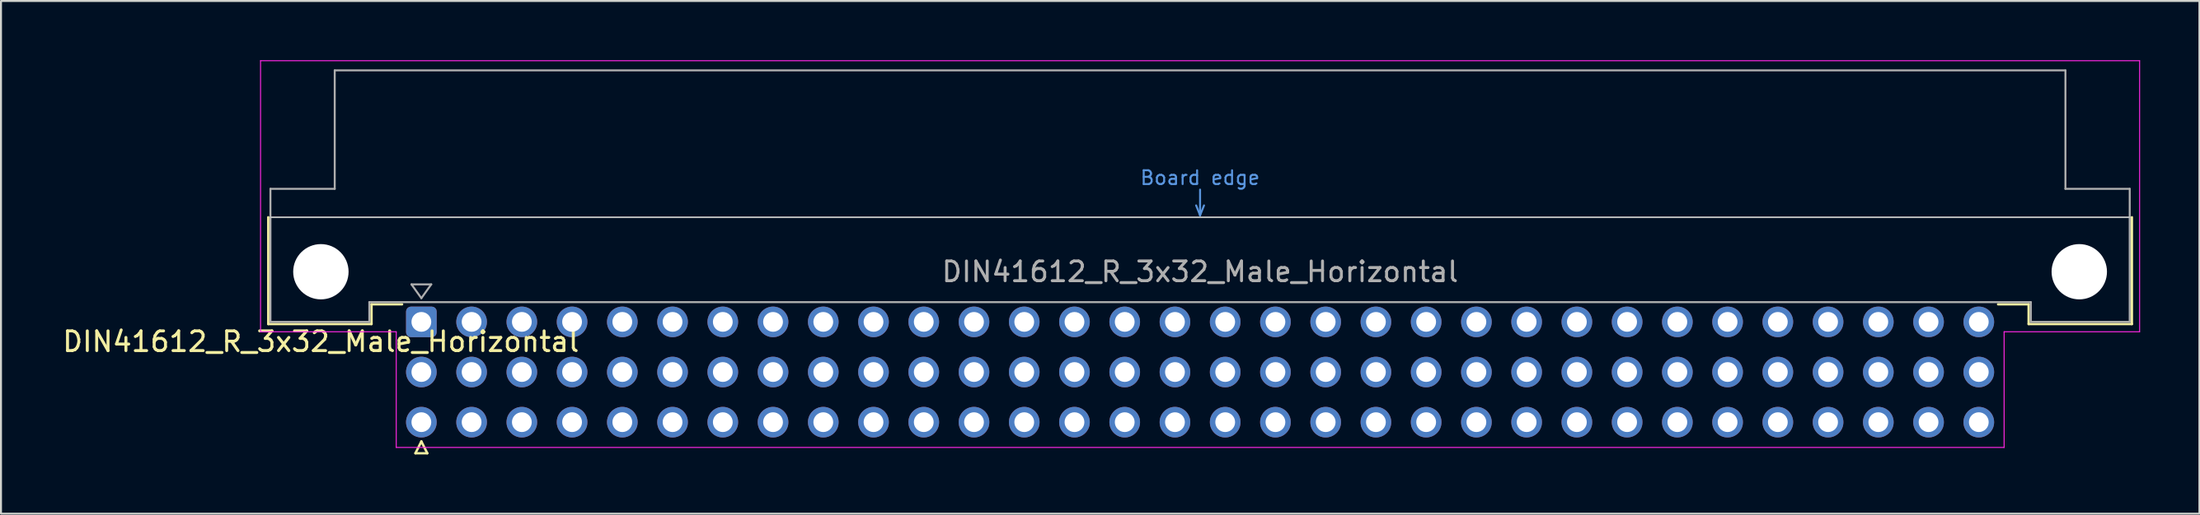
<source format=kicad_pcb>
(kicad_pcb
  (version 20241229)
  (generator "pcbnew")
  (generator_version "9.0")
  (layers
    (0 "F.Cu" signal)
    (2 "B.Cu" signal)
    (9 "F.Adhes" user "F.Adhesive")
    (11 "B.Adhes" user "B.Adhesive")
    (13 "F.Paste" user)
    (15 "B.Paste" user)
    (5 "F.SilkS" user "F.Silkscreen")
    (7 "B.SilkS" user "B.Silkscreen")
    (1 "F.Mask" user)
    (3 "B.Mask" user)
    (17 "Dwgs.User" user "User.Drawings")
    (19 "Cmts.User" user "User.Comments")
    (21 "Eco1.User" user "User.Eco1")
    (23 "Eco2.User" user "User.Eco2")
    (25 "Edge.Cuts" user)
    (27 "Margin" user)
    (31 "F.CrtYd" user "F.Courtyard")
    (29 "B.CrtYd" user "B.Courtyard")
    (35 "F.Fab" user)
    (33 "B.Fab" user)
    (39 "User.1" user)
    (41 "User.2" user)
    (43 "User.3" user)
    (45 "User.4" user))
  (footprint "DIN41612_R_3x32_Male_Horizontal"
    (layer "F.Cu")
    (at 18.253 13.255)
    (property "Reference" "DIN41612_R_3x32_Male_Horizontal" (at -5.08 1 0) (layer "F.SilkS") (effects (font (size 1 1) (thickness 0.15))))
    (attr through_hole)
    (fp_line (start -7.74 -5.3) (end -7.74 0.11) (stroke (width 0.12) (type solid)) (layer "F.SilkS"))
    (fp_line (start -7.74 0.11) (end -2.52 0.11) (stroke (width 0.12) (type solid)) (layer "F.SilkS"))
    (fp_line (start -2.52 -0.89) (end -0.975 -0.89) (stroke (width 0.12) (type solid)) (layer "F.SilkS"))
    (fp_line (start -2.52 0.11) (end -2.52 -0.89) (stroke (width 0.12) (type solid)) (layer "F.SilkS"))
    (fp_line (start -0.3 6.655) (end 0.3 6.655) (stroke (width 0.12) (type solid)) (layer "F.SilkS"))
    (fp_line (start 0 6.055) (end -0.3 6.655) (stroke (width 0.12) (type solid)) (layer "F.SilkS"))
    (fp_line (start 0.3 6.655) (end 0 6.055) (stroke (width 0.12) (type solid)) (layer "F.SilkS"))
    (fp_line (start 81.26 -0.89) (end 79.715 -0.89) (stroke (width 0.12) (type solid)) (layer "F.SilkS"))
    (fp_line (start 81.26 0.11) (end 81.26 -0.89) (stroke (width 0.12) (type solid)) (layer "F.SilkS"))
    (fp_line (start 86.48 -5.3) (end 86.48 0.11) (stroke (width 0.12) (type solid)) (layer "F.SilkS"))
    (fp_line (start 86.48 0.11) (end 81.26 0.11) (stroke (width 0.12) (type solid)) (layer "F.SilkS"))
    (fp_line (start -7.63 -5.3) (end 86.37 -5.3) (stroke (width 0.08) (type solid)) (layer "Dwgs.User"))
    (fp_line (start 39.17 -5.9) (end 39.37 -5.4) (stroke (width 0.1) (type solid)) (layer "Cmts.User"))
    (fp_line (start 39.37 -5.4) (end 39.37 -6.7) (stroke (width 0.1) (type solid)) (layer "Cmts.User"))
    (fp_line (start 39.37 -5.4) (end 39.57 -5.9) (stroke (width 0.1) (type solid)) (layer "Cmts.User"))
    (fp_line (start -8.13 -13.23) (end -8.13 0.5) (stroke (width 0.05) (type solid)) (layer "F.CrtYd"))
    (fp_line (start -8.13 0.5) (end -1.27 0.5) (stroke (width 0.05) (type solid)) (layer "F.CrtYd"))
    (fp_line (start -1.27 0.5) (end -1.27 6.36) (stroke (width 0.05) (type solid)) (layer "F.CrtYd"))
    (fp_line (start -1.27 6.36) (end 80.02 6.36) (stroke (width 0.05) (type solid)) (layer "F.CrtYd"))
    (fp_line (start 80.02 0.5) (end 86.87 0.5) (stroke (width 0.05) (type solid)) (layer "F.CrtYd"))
    (fp_line (start 80.02 6.36) (end 80.02 0.5) (stroke (width 0.05) (type solid)) (layer "F.CrtYd"))
    (fp_line (start 86.87 -13.23) (end -8.13 -13.23) (stroke (width 0.05) (type solid)) (layer "F.CrtYd"))
    (fp_line (start 86.87 0.5) (end 86.87 -13.23) (stroke (width 0.05) (type solid)) (layer "F.CrtYd"))
    (fp_line (start -7.63 -6.74) (end -7.63 0) (stroke (width 0.1) (type solid)) (layer "F.Fab"))
    (fp_line (start -7.63 0) (end -2.63 0) (stroke (width 0.1) (type solid)) (layer "F.Fab"))
    (fp_line (start -4.38 -12.74) (end -4.38 -6.74) (stroke (width 0.1) (type solid)) (layer "F.Fab"))
    (fp_line (start -4.38 -6.74) (end -7.63 -6.74) (stroke (width 0.1) (type solid)) (layer "F.Fab"))
    (fp_line (start -2.63 -1) (end 81.37 -1) (stroke (width 0.1) (type solid)) (layer "F.Fab"))
    (fp_line (start -2.63 0) (end -2.63 -1) (stroke (width 0.1) (type solid)) (layer "F.Fab"))
    (fp_line (start -0.5 -1.9) (end 0.5 -1.9) (stroke (width 0.1) (type solid)) (layer "F.Fab"))
    (fp_line (start 0 -1.2) (end -0.5 -1.9) (stroke (width 0.1) (type solid)) (layer "F.Fab"))
    (fp_line (start 0.5 -1.9) (end 0 -1.2) (stroke (width 0.1) (type solid)) (layer "F.Fab"))
    (fp_line (start 81.37 -1) (end 81.37 0) (stroke (width 0.1) (type solid)) (layer "F.Fab"))
    (fp_line (start 81.37 0) (end 86.37 0) (stroke (width 0.1) (type solid)) (layer "F.Fab"))
    (fp_line (start 83.12 -12.74) (end -4.38 -12.74) (stroke (width 0.1) (type solid)) (layer "F.Fab"))
    (fp_line (start 83.12 -6.74) (end 83.12 -12.74) (stroke (width 0.1) (type solid)) (layer "F.Fab"))
    (fp_line (start 86.37 -6.74) (end 83.12 -6.74) (stroke (width 0.1) (type solid)) (layer "F.Fab"))
    (fp_line (start 86.37 0) (end 86.37 -6.74) (stroke (width 0.1) (type solid)) (layer "F.Fab"))
    (fp_text user "Board edge" (at 39.37 -7.3 0) (layer "Cmts.User") (effects (font (size 0.7 0.7) (thickness 0.1))))
    (fp_text user "${REFERENCE}" (at 39.37 -2.54 0) (layer "F.Fab") (effects (font (size 1 1) (thickness 0.15))))
    (pad "" np_thru_hole circle (at -5.08 -2.54) (size 2.8 2.8) (drill 2.8) (layers "*.Cu" "*.Mask"))
    (pad "" np_thru_hole circle (at 83.82 -2.54) (size 2.8 2.8) (drill 2.8) (layers "*.Cu" "*.Mask"))
    (pad "a1" thru_hole roundrect (at 0 0) (size 1.55 1.55) (drill 1) (layers "*.Cu" "*.Mask") (roundrect_rratio 0.161))
    (pad "a2" thru_hole circle (at 2.54 0) (size 1.55 1.55) (drill 1) (layers "*.Cu" "*.Mask"))
    (pad "a3" thru_hole circle (at 5.08 0) (size 1.55 1.55) (drill 1) (layers "*.Cu" "*.Mask"))
    (pad "a4" thru_hole circle (at 7.62 0) (size 1.55 1.55) (drill 1) (layers "*.Cu" "*.Mask"))
    (pad "a5" thru_hole circle (at 10.16 0) (size 1.55 1.55) (drill 1) (layers "*.Cu" "*.Mask"))
    (pad "a6" thru_hole circle (at 12.7 0) (size 1.55 1.55) (drill 1) (layers "*.Cu" "*.Mask"))
    (pad "a7" thru_hole circle (at 15.24 0) (size 1.55 1.55) (drill 1) (layers "*.Cu" "*.Mask"))
    (pad "a8" thru_hole circle (at 17.78 0) (size 1.55 1.55) (drill 1) (layers "*.Cu" "*.Mask"))
    (pad "a9" thru_hole circle (at 20.32 0) (size 1.55 1.55) (drill 1) (layers "*.Cu" "*.Mask"))
    (pad "a10" thru_hole circle (at 22.86 0) (size 1.55 1.55) (drill 1) (layers "*.Cu" "*.Mask"))
    (pad "a11" thru_hole circle (at 25.4 0) (size 1.55 1.55) (drill 1) (layers "*.Cu" "*.Mask"))
    (pad "a12" thru_hole circle (at 27.94 0) (size 1.55 1.55) (drill 1) (layers "*.Cu" "*.Mask"))
    (pad "a13" thru_hole circle (at 30.48 0) (size 1.55 1.55) (drill 1) (layers "*.Cu" "*.Mask"))
    (pad "a14" thru_hole circle (at 33.02 0) (size 1.55 1.55) (drill 1) (layers "*.Cu" "*.Mask"))
    (pad "a15" thru_hole circle (at 35.56 0) (size 1.55 1.55) (drill 1) (layers "*.Cu" "*.Mask"))
    (pad "a16" thru_hole circle (at 38.1 0) (size 1.55 1.55) (drill 1) (layers "*.Cu" "*.Mask"))
    (pad "a17" thru_hole circle (at 40.64 0) (size 1.55 1.55) (drill 1) (layers "*.Cu" "*.Mask"))
    (pad "a18" thru_hole circle (at 43.18 0) (size 1.55 1.55) (drill 1) (layers "*.Cu" "*.Mask"))
    (pad "a19" thru_hole circle (at 45.72 0) (size 1.55 1.55) (drill 1) (layers "*.Cu" "*.Mask"))
    (pad "a20" thru_hole circle (at 48.26 0) (size 1.55 1.55) (drill 1) (layers "*.Cu" "*.Mask"))
    (pad "a21" thru_hole circle (at 50.8 0) (size 1.55 1.55) (drill 1) (layers "*.Cu" "*.Mask"))
    (pad "a22" thru_hole circle (at 53.34 0) (size 1.55 1.55) (drill 1) (layers "*.Cu" "*.Mask"))
    (pad "a23" thru_hole circle (at 55.88 0) (size 1.55 1.55) (drill 1) (layers "*.Cu" "*.Mask"))
    (pad "a24" thru_hole circle (at 58.42 0) (size 1.55 1.55) (drill 1) (layers "*.Cu" "*.Mask"))
    (pad "a25" thru_hole circle (at 60.96 0) (size 1.55 1.55) (drill 1) (layers "*.Cu" "*.Mask"))
    (pad "a26" thru_hole circle (at 63.5 0) (size 1.55 1.55) (drill 1) (layers "*.Cu" "*.Mask"))
    (pad "a27" thru_hole circle (at 66.04 0) (size 1.55 1.55) (drill 1) (layers "*.Cu" "*.Mask"))
    (pad "a28" thru_hole circle (at 68.58 0) (size 1.55 1.55) (drill 1) (layers "*.Cu" "*.Mask"))
    (pad "a29" thru_hole circle (at 71.12 0) (size 1.55 1.55) (drill 1) (layers "*.Cu" "*.Mask"))
    (pad "a30" thru_hole circle (at 73.66 0) (size 1.55 1.55) (drill 1) (layers "*.Cu" "*.Mask"))
    (pad "a31" thru_hole circle (at 76.2 0) (size 1.55 1.55) (drill 1) (layers "*.Cu" "*.Mask"))
    (pad "a32" thru_hole circle (at 78.74 0) (size 1.55 1.55) (drill 1) (layers "*.Cu" "*.Mask"))
    (pad "b1" thru_hole circle (at 0 2.54) (size 1.55 1.55) (drill 1) (layers "*.Cu" "*.Mask"))
    (pad "b2" thru_hole circle (at 2.54 2.54) (size 1.55 1.55) (drill 1) (layers "*.Cu" "*.Mask"))
    (pad "b3" thru_hole circle (at 5.08 2.54) (size 1.55 1.55) (drill 1) (layers "*.Cu" "*.Mask"))
    (pad "b4" thru_hole circle (at 7.62 2.54) (size 1.55 1.55) (drill 1) (layers "*.Cu" "*.Mask"))
    (pad "b5" thru_hole circle (at 10.16 2.54) (size 1.55 1.55) (drill 1) (layers "*.Cu" "*.Mask"))
    (pad "b6" thru_hole circle (at 12.7 2.54) (size 1.55 1.55) (drill 1) (layers "*.Cu" "*.Mask"))
    (pad "b7" thru_hole circle (at 15.24 2.54) (size 1.55 1.55) (drill 1) (layers "*.Cu" "*.Mask"))
    (pad "b8" thru_hole circle (at 17.78 2.54) (size 1.55 1.55) (drill 1) (layers "*.Cu" "*.Mask"))
    (pad "b9" thru_hole circle (at 20.32 2.54) (size 1.55 1.55) (drill 1) (layers "*.Cu" "*.Mask"))
    (pad "b10" thru_hole circle (at 22.86 2.54) (size 1.55 1.55) (drill 1) (layers "*.Cu" "*.Mask"))
    (pad "b11" thru_hole circle (at 25.4 2.54) (size 1.55 1.55) (drill 1) (layers "*.Cu" "*.Mask"))
    (pad "b12" thru_hole circle (at 27.94 2.54) (size 1.55 1.55) (drill 1) (layers "*.Cu" "*.Mask"))
    (pad "b13" thru_hole circle (at 30.48 2.54) (size 1.55 1.55) (drill 1) (layers "*.Cu" "*.Mask"))
    (pad "b14" thru_hole circle (at 33.02 2.54) (size 1.55 1.55) (drill 1) (layers "*.Cu" "*.Mask"))
    (pad "b15" thru_hole circle (at 35.56 2.54) (size 1.55 1.55) (drill 1) (layers "*.Cu" "*.Mask"))
    (pad "b16" thru_hole circle (at 38.1 2.54) (size 1.55 1.55) (drill 1) (layers "*.Cu" "*.Mask"))
    (pad "b17" thru_hole circle (at 40.64 2.54) (size 1.55 1.55) (drill 1) (layers "*.Cu" "*.Mask"))
    (pad "b18" thru_hole circle (at 43.18 2.54) (size 1.55 1.55) (drill 1) (layers "*.Cu" "*.Mask"))
    (pad "b19" thru_hole circle (at 45.72 2.54) (size 1.55 1.55) (drill 1) (layers "*.Cu" "*.Mask"))
    (pad "b20" thru_hole circle (at 48.26 2.54) (size 1.55 1.55) (drill 1) (layers "*.Cu" "*.Mask"))
    (pad "b21" thru_hole circle (at 50.8 2.54) (size 1.55 1.55) (drill 1) (layers "*.Cu" "*.Mask"))
    (pad "b22" thru_hole circle (at 53.34 2.54) (size 1.55 1.55) (drill 1) (layers "*.Cu" "*.Mask"))
    (pad "b23" thru_hole circle (at 55.88 2.54) (size 1.55 1.55) (drill 1) (layers "*.Cu" "*.Mask"))
    (pad "b24" thru_hole circle (at 58.42 2.54) (size 1.55 1.55) (drill 1) (layers "*.Cu" "*.Mask"))
    (pad "b25" thru_hole circle (at 60.96 2.54) (size 1.55 1.55) (drill 1) (layers "*.Cu" "*.Mask"))
    (pad "b26" thru_hole circle (at 63.5 2.54) (size 1.55 1.55) (drill 1) (layers "*.Cu" "*.Mask"))
    (pad "b27" thru_hole circle (at 66.04 2.54) (size 1.55 1.55) (drill 1) (layers "*.Cu" "*.Mask"))
    (pad "b28" thru_hole circle (at 68.58 2.54) (size 1.55 1.55) (drill 1) (layers "*.Cu" "*.Mask"))
    (pad "b29" thru_hole circle (at 71.12 2.54) (size 1.55 1.55) (drill 1) (layers "*.Cu" "*.Mask"))
    (pad "b30" thru_hole circle (at 73.66 2.54) (size 1.55 1.55) (drill 1) (layers "*.Cu" "*.Mask"))
    (pad "b31" thru_hole circle (at 76.2 2.54) (size 1.55 1.55) (drill 1) (layers "*.Cu" "*.Mask"))
    (pad "b32" thru_hole circle (at 78.74 2.54) (size 1.55 1.55) (drill 1) (layers "*.Cu" "*.Mask"))
    (pad "c1" thru_hole circle (at 0 5.08) (size 1.55 1.55) (drill 1) (layers "*.Cu" "*.Mask"))
    (pad "c2" thru_hole circle (at 2.54 5.08) (size 1.55 1.55) (drill 1) (layers "*.Cu" "*.Mask"))
    (pad "c3" thru_hole circle (at 5.08 5.08) (size 1.55 1.55) (drill 1) (layers "*.Cu" "*.Mask"))
    (pad "c4" thru_hole circle (at 7.62 5.08) (size 1.55 1.55) (drill 1) (layers "*.Cu" "*.Mask"))
    (pad "c5" thru_hole circle (at 10.16 5.08) (size 1.55 1.55) (drill 1) (layers "*.Cu" "*.Mask"))
    (pad "c6" thru_hole circle (at 12.7 5.08) (size 1.55 1.55) (drill 1) (layers "*.Cu" "*.Mask"))
    (pad "c7" thru_hole circle (at 15.24 5.08) (size 1.55 1.55) (drill 1) (layers "*.Cu" "*.Mask"))
    (pad "c8" thru_hole circle (at 17.78 5.08) (size 1.55 1.55) (drill 1) (layers "*.Cu" "*.Mask"))
    (pad "c9" thru_hole circle (at 20.32 5.08) (size 1.55 1.55) (drill 1) (layers "*.Cu" "*.Mask"))
    (pad "c10" thru_hole circle (at 22.86 5.08) (size 1.55 1.55) (drill 1) (layers "*.Cu" "*.Mask"))
    (pad "c11" thru_hole circle (at 25.4 5.08) (size 1.55 1.55) (drill 1) (layers "*.Cu" "*.Mask"))
    (pad "c12" thru_hole circle (at 27.94 5.08) (size 1.55 1.55) (drill 1) (layers "*.Cu" "*.Mask"))
    (pad "c13" thru_hole circle (at 30.48 5.08) (size 1.55 1.55) (drill 1) (layers "*.Cu" "*.Mask"))
    (pad "c14" thru_hole circle (at 33.02 5.08) (size 1.55 1.55) (drill 1) (layers "*.Cu" "*.Mask"))
    (pad "c15" thru_hole circle (at 35.56 5.08) (size 1.55 1.55) (drill 1) (layers "*.Cu" "*.Mask"))
    (pad "c16" thru_hole circle (at 38.1 5.08) (size 1.55 1.55) (drill 1) (layers "*.Cu" "*.Mask"))
    (pad "c17" thru_hole circle (at 40.64 5.08) (size 1.55 1.55) (drill 1) (layers "*.Cu" "*.Mask"))
    (pad "c18" thru_hole circle (at 43.18 5.08) (size 1.55 1.55) (drill 1) (layers "*.Cu" "*.Mask"))
    (pad "c19" thru_hole circle (at 45.72 5.08) (size 1.55 1.55) (drill 1) (layers "*.Cu" "*.Mask"))
    (pad "c20" thru_hole circle (at 48.26 5.08) (size 1.55 1.55) (drill 1) (layers "*.Cu" "*.Mask"))
    (pad "c21" thru_hole circle (at 50.8 5.08) (size 1.55 1.55) (drill 1) (layers "*.Cu" "*.Mask"))
    (pad "c22" thru_hole circle (at 53.34 5.08) (size 1.55 1.55) (drill 1) (layers "*.Cu" "*.Mask"))
    (pad "c23" thru_hole circle (at 55.88 5.08) (size 1.55 1.55) (drill 1) (layers "*.Cu" "*.Mask"))
    (pad "c24" thru_hole circle (at 58.42 5.08) (size 1.55 1.55) (drill 1) (layers "*.Cu" "*.Mask"))
    (pad "c25" thru_hole circle (at 60.96 5.08) (size 1.55 1.55) (drill 1) (layers "*.Cu" "*.Mask"))
    (pad "c26" thru_hole circle (at 63.5 5.08) (size 1.55 1.55) (drill 1) (layers "*.Cu" "*.Mask"))
    (pad "c27" thru_hole circle (at 66.04 5.08) (size 1.55 1.55) (drill 1) (layers "*.Cu" "*.Mask"))
    (pad "c28" thru_hole circle (at 68.58 5.08) (size 1.55 1.55) (drill 1) (layers "*.Cu" "*.Mask"))
    (pad "c29" thru_hole circle (at 71.12 5.08) (size 1.55 1.55) (drill 1) (layers "*.Cu" "*.Mask"))
    (pad "c30" thru_hole circle (at 73.66 5.08) (size 1.55 1.55) (drill 1) (layers "*.Cu" "*.Mask"))
    (pad "c31" thru_hole circle (at 76.2 5.08) (size 1.55 1.55) (drill 1) (layers "*.Cu" "*.Mask"))
    (pad "c32" thru_hole circle (at 78.74 5.08) (size 1.55 1.55) (drill 1) (layers "*.Cu" "*.Mask")))
  (gr_rect
    (start -3 -3)
    (end 108.148 22.97)
    (stroke (width 0.1) (type default))
    (fill no)
    (layer "Edge.Cuts")))
</source>
